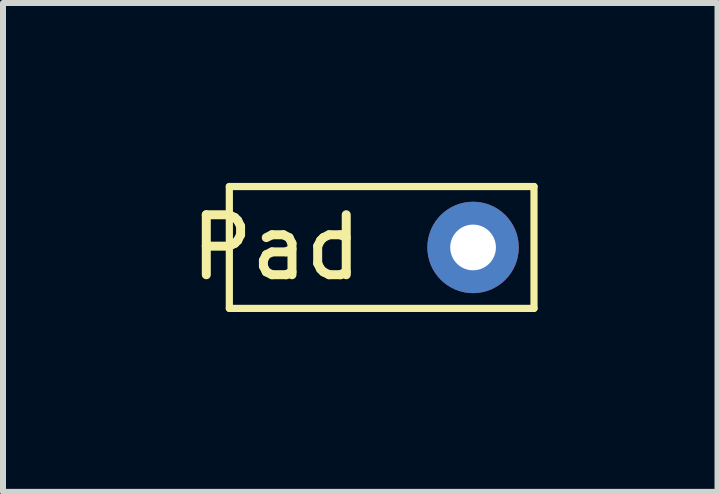
<source format=kicad_pcb>
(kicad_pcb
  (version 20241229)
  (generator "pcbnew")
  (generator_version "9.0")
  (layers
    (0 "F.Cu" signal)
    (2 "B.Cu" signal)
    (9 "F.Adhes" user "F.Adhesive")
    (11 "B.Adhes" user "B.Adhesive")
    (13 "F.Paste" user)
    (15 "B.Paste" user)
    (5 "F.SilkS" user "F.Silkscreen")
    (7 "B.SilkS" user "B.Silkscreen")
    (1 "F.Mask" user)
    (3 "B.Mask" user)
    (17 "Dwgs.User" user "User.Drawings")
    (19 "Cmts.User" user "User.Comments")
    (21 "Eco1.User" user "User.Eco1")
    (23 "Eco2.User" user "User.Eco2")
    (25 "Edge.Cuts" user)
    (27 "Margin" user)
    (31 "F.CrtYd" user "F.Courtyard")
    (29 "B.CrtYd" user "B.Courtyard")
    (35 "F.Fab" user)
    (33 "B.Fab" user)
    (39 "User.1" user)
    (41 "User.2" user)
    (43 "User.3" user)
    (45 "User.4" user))
  (footprint "Pad"
    (layer "F.Cu")
    (at 3.314 1.076)
    (property "Reference" "Pad" (at -0.254 0 0) (layer "F.SilkS") (effects (font (size 1 1) (thickness 0.15)) (justify right)))
    (attr through_hole)
    (fp_line (start -2.54 -1.016) (end -2.54 1.016) (stroke (width 0.12) (type solid)) (layer "F.SilkS"))
    (fp_line (start -2.54 1.016) (end 2.54 1.016) (stroke (width 0.12) (type solid)) (layer "F.SilkS"))
    (fp_line (start 2.54 -1.016) (end -2.54 -1.016) (stroke (width 0.12) (type solid)) (layer "F.SilkS"))
    (fp_line (start 2.54 1.016) (end 2.54 -1.016) (stroke (width 0.12) (type solid)) (layer "F.SilkS"))
    (pad "1" thru_hole circle (at 1.524 0) (size 1.524 1.524) (drill 0.762) (layers "*.Cu" "*.Mask")))
  (gr_rect
    (start -3 -3)
    (end 8.914 5.152)
    (stroke (width 0.1) (type default))
    (fill no)
    (layer "Edge.Cuts")))
</source>
